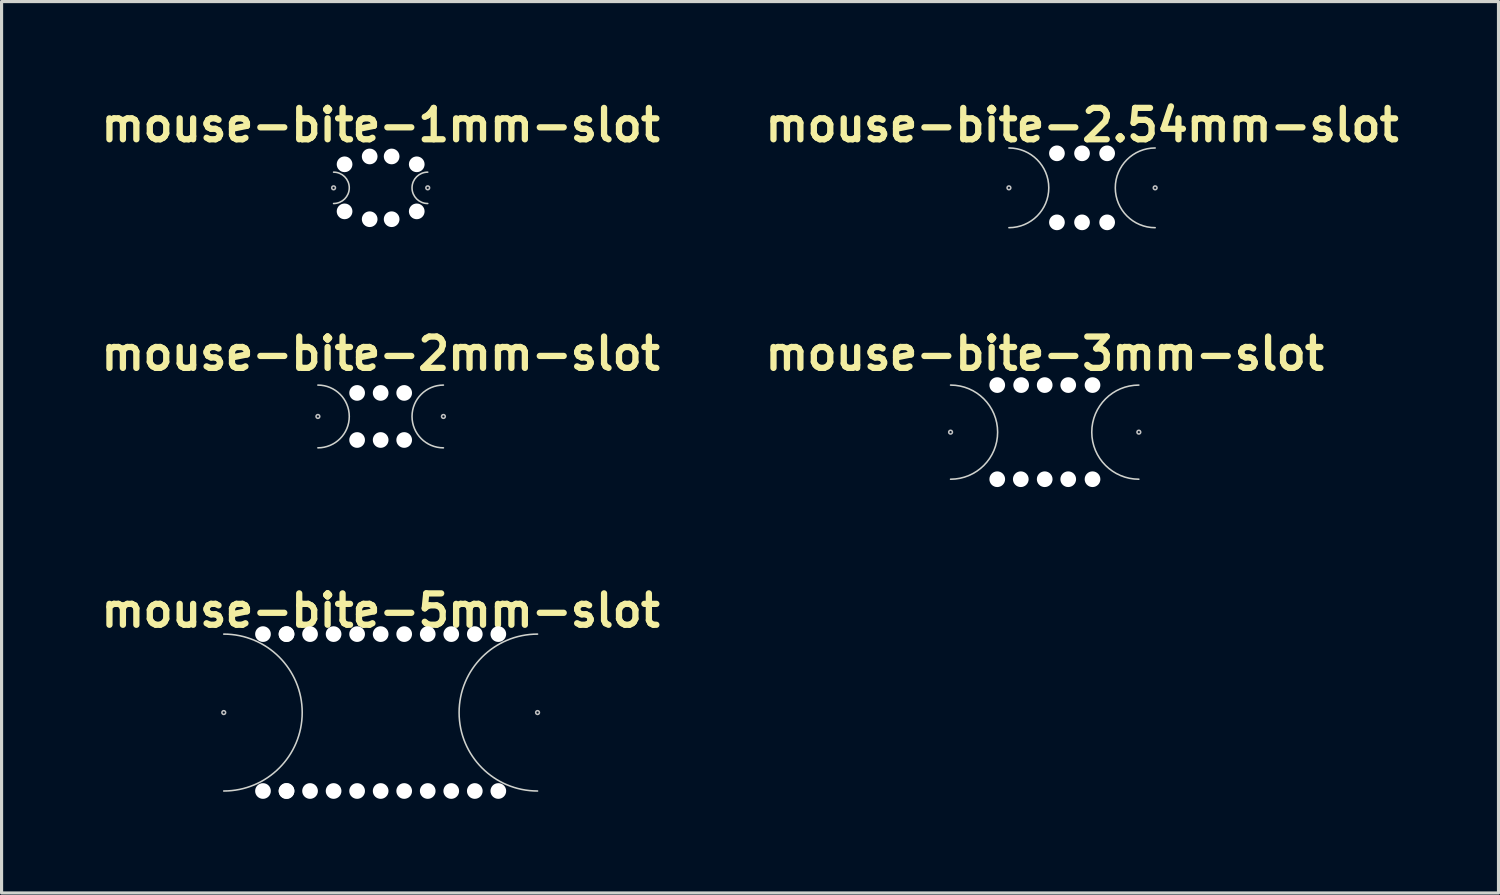
<source format=kicad_pcb>
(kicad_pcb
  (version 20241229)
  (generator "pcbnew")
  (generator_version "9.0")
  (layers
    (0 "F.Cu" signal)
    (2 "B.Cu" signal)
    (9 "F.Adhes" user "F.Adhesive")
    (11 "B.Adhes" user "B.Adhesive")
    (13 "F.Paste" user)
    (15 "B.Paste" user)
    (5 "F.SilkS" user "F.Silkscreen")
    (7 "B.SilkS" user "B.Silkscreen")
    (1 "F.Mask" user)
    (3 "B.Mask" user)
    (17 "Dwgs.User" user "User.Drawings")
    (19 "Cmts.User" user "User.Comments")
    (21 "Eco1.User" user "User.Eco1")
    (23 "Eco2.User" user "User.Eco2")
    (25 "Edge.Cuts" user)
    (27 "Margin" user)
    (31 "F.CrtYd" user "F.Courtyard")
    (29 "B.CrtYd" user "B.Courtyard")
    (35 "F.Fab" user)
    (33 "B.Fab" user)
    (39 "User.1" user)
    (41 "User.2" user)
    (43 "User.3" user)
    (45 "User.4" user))
  (footprint "mouse-bite-2mm-slot"
    (layer "F.Cu")
    (at 9.081 10.222)
    (property "Reference" "mouse-bite-2mm-slot" (at 0 -2 0) (layer "F.SilkS") (effects (font (size 1 1) (thickness 0.2))))
    (attr through_hole)
    (fp_circle (center -2 0) (end -2 -0.06) (stroke (width 0.05) (type solid)) (fill no) (layer "Dwgs.User"))
    (fp_circle (center 2 0) (end 2.06 0) (stroke (width 0.05) (type solid)) (fill no) (layer "Dwgs.User"))
    (fp_line (start -2 0) (end -2 0) (stroke (width 2) (type solid)) (layer "Eco1.User"))
    (fp_line (start 2 0) (end 2 0) (stroke (width 2) (type solid)) (layer "Eco1.User"))
    (fp_arc (start -2 -1) (mid -1 0) (end -2 1) (stroke (width 0.05) (type solid)) (layer "Edge.Cuts"))
    (fp_arc (start 2 1) (mid 1 0) (end 2 -1) (stroke (width 0.05) (type solid)) (layer "Edge.Cuts"))
    (pad "" np_thru_hole circle (at -0.75 -0.75) (size 0.5 0.5) (drill 0.5) (layers "*.Cu" "*.Mask"))
    (pad "" np_thru_hole circle (at -0.75 0.75) (size 0.5 0.5) (drill 0.5) (layers "*.Cu" "*.Mask"))
    (pad "" np_thru_hole circle (at 0 -0.75) (size 0.5 0.5) (drill 0.5) (layers "*.Cu" "*.Mask"))
    (pad "" np_thru_hole circle (at 0 0.75) (size 0.5 0.5) (drill 0.5) (layers "*.Cu" "*.Mask"))
    (pad "" np_thru_hole circle (at 0.75 -0.75) (size 0.5 0.5) (drill 0.5) (layers "*.Cu" "*.Mask"))
    (pad "" np_thru_hole circle (at 0.75 0.75) (size 0.5 0.5) (drill 0.5) (layers "*.Cu" "*.Mask")))
  (footprint "mouse-bite-1mm-slot"
    (layer "F.Cu")
    (at 9.081 2.936)
    (property "Reference" "mouse-bite-1mm-slot" (at 0 -2 0) (layer "F.SilkS") (effects (font (size 1 1) (thickness 0.2))))
    (attr through_hole)
    (fp_circle (center -1.5 0) (end -1.44 0) (stroke (width 0.05) (type solid)) (fill no) (layer "Dwgs.User"))
    (fp_circle (center 1.5 0) (end 1.56 0) (stroke (width 0.05) (type solid)) (fill no) (layer "Dwgs.User"))
    (fp_line (start -1.5 0) (end -1.5 0) (stroke (width 1) (type solid)) (layer "Eco1.User"))
    (fp_line (start 1.5 0) (end 1.5 0) (stroke (width 1) (type solid)) (layer "Eco1.User"))
    (fp_arc (start -1.5 -0.5) (mid -1 0) (end -1.5 0.5) (stroke (width 0.05) (type solid)) (layer "Edge.Cuts"))
    (fp_arc (start 1.5 0.5) (mid 1 0) (end 1.5 -0.5) (stroke (width 0.05) (type solid)) (layer "Edge.Cuts"))
    (pad "" np_thru_hole circle (at -1.15 -0.75) (size 0.5 0.5) (drill 0.5) (layers "*.Cu" "*.Mask"))
    (pad "" np_thru_hole circle (at -1.15 0.75) (size 0.5 0.5) (drill 0.5) (layers "*.Cu" "*.Mask"))
    (pad "" np_thru_hole circle (at -0.35 -1) (size 0.5 0.5) (drill 0.5) (layers "*.Cu" "*.Mask"))
    (pad "" np_thru_hole circle (at -0.35 1) (size 0.5 0.5) (drill 0.5) (layers "*.Cu" "*.Mask"))
    (pad "" np_thru_hole circle (at 0.35 -1) (size 0.5 0.5) (drill 0.5) (layers "*.Cu" "*.Mask"))
    (pad "" np_thru_hole circle (at 0.35 1) (size 0.5 0.5) (drill 0.5) (layers "*.Cu" "*.Mask"))
    (pad "" np_thru_hole circle (at 1.15 -0.75) (size 0.5 0.5) (drill 0.5) (layers "*.Cu" "*.Mask"))
    (pad "" np_thru_hole circle (at 1.15 0.75) (size 0.5 0.5) (drill 0.5) (layers "*.Cu" "*.Mask")))
  (footprint "mouse-bite-3mm-slot"
    (layer "F.Cu")
    (at 30.243 10.722)
    (property "Reference" "mouse-bite-3mm-slot" (at 0 -2.5 0) (layer "F.SilkS") (effects (font (size 1 1) (thickness 0.2))))
    (attr through_hole)
    (fp_circle (center -3 0) (end -3 -0.06) (stroke (width 0.05) (type solid)) (fill no) (layer "Dwgs.User"))
    (fp_circle (center 3 0) (end 3.06 0) (stroke (width 0.05) (type solid)) (fill no) (layer "Dwgs.User"))
    (fp_line (start -3 0) (end -3 0) (stroke (width 3) (type solid)) (layer "Eco1.User"))
    (fp_line (start 3 0) (end 3 0) (stroke (width 3) (type solid)) (layer "Eco1.User"))
    (fp_arc (start -3 -1.5) (mid -1.5 0) (end -3 1.5) (stroke (width 0.05) (type solid)) (layer "Edge.Cuts"))
    (fp_arc (start 3 1.5) (mid 1.5 0) (end 3 -1.5) (stroke (width 0.05) (type solid)) (layer "Edge.Cuts"))
    (pad "" np_thru_hole circle (at -1.512 -1.5) (size 0.5 0.5) (drill 0.5) (layers "*.Cu" "*.Mask"))
    (pad "" np_thru_hole circle (at -1.512 1.5) (size 0.5 0.5) (drill 0.5) (layers "*.Cu" "*.Mask"))
    (pad "" np_thru_hole circle (at -0.762 1.5) (size 0.5 0.5) (drill 0.5) (layers "*.Cu" "*.Mask"))
    (pad "" np_thru_hole circle (at -0.75 -1.5) (size 0.5 0.5) (drill 0.5) (layers "*.Cu" "*.Mask"))
    (pad "" np_thru_hole circle (at 0 -1.5) (size 0.5 0.5) (drill 0.5) (layers "*.Cu" "*.Mask"))
    (pad "" np_thru_hole circle (at 0 1.5) (size 0.5 0.5) (drill 0.5) (layers "*.Cu" "*.Mask"))
    (pad "" np_thru_hole circle (at 0.75 -1.5) (size 0.5 0.5) (drill 0.5) (layers "*.Cu" "*.Mask"))
    (pad "" np_thru_hole circle (at 0.75 1.5) (size 0.5 0.5) (drill 0.5) (layers "*.Cu" "*.Mask"))
    (pad "" np_thru_hole circle (at 1.524 -1.5) (size 0.5 0.5) (drill 0.5) (layers "*.Cu" "*.Mask"))
    (pad "" np_thru_hole circle (at 1.524 1.5) (size 0.5 0.5) (drill 0.5) (layers "*.Cu" "*.Mask")))
  (footprint "mouse-bite-5mm-slot"
    (layer "F.Cu")
    (at 9.081 19.658)
    (property "Reference" "mouse-bite-5mm-slot" (at 0 -3.25 0) (layer "F.SilkS") (effects (font (size 1 1) (thickness 0.2))))
    (attr through_hole)
    (fp_circle (center -5 0) (end -4.94 0) (stroke (width 0.05) (type solid)) (fill no) (layer "Dwgs.User"))
    (fp_circle (center 5 0) (end 5.06 0) (stroke (width 0.05) (type solid)) (fill no) (layer "Dwgs.User"))
    (fp_line (start -5 0) (end -5 0) (stroke (width 5) (type solid)) (layer "Eco1.User"))
    (fp_line (start 5 0) (end 5 0) (stroke (width 5) (type solid)) (layer "Eco1.User"))
    (fp_arc (start -5 -2.5) (mid -2.5 0) (end -5 2.5) (stroke (width 0.05) (type solid)) (layer "Edge.Cuts"))
    (fp_arc (start 5 2.5) (mid 2.5 0) (end 5 -2.5) (stroke (width 0.05) (type solid)) (layer "Edge.Cuts"))
    (pad "" np_thru_hole circle (at -3.75 -2.5) (size 0.5 0.5) (drill 0.5) (layers "*.Cu" "*.Mask"))
    (pad "" np_thru_hole circle (at -3.75 2.5) (size 0.5 0.5) (drill 0.5) (layers "*.Cu" "*.Mask"))
    (pad "" np_thru_hole circle (at -3 -2.5) (size 0.5 0.5) (drill 0.5) (layers "*.Cu" "*.Mask"))
    (pad "" np_thru_hole circle (at -3 -2.5) (size 0.5 0.5) (drill 0.5) (layers "*.Cu" "*.Mask"))
    (pad "" np_thru_hole circle (at -3 2.5) (size 0.5 0.5) (drill 0.5) (layers "*.Cu" "*.Mask"))
    (pad "" np_thru_hole circle (at -3 2.5) (size 0.5 0.5) (drill 0.5) (layers "*.Cu" "*.Mask"))
    (pad "" np_thru_hole circle (at -2.25 -2.5) (size 0.5 0.5) (drill 0.5) (layers "*.Cu" "*.Mask"))
    (pad "" np_thru_hole circle (at -2.25 2.5) (size 0.5 0.5) (drill 0.5) (layers "*.Cu" "*.Mask"))
    (pad "" np_thru_hole circle (at -1.5 -2.5) (size 0.5 0.5) (drill 0.5) (layers "*.Cu" "*.Mask"))
    (pad "" np_thru_hole circle (at -1.5 2.5) (size 0.5 0.5) (drill 0.5) (layers "*.Cu" "*.Mask"))
    (pad "" np_thru_hole circle (at -0.75 -2.5) (size 0.5 0.5) (drill 0.5) (layers "*.Cu" "*.Mask"))
    (pad "" np_thru_hole circle (at -0.75 2.5) (size 0.5 0.5) (drill 0.5) (layers "*.Cu" "*.Mask"))
    (pad "" np_thru_hole circle (at 0 -2.5) (size 0.5 0.5) (drill 0.5) (layers "*.Cu" "*.Mask"))
    (pad "" np_thru_hole circle (at 0 2.5) (size 0.5 0.5) (drill 0.5) (layers "*.Cu" "*.Mask"))
    (pad "" np_thru_hole circle (at 0.75 -2.5) (size 0.5 0.5) (drill 0.5) (layers "*.Cu" "*.Mask"))
    (pad "" np_thru_hole circle (at 0.75 2.5) (size 0.5 0.5) (drill 0.5) (layers "*.Cu" "*.Mask"))
    (pad "" np_thru_hole circle (at 1.5 -2.5) (size 0.5 0.5) (drill 0.5) (layers "*.Cu" "*.Mask"))
    (pad "" np_thru_hole circle (at 1.5 2.5) (size 0.5 0.5) (drill 0.5) (layers "*.Cu" "*.Mask"))
    (pad "" np_thru_hole circle (at 2.25 -2.5) (size 0.5 0.5) (drill 0.5) (layers "*.Cu" "*.Mask"))
    (pad "" np_thru_hole circle (at 2.25 2.5) (size 0.5 0.5) (drill 0.5) (layers "*.Cu" "*.Mask"))
    (pad "" np_thru_hole circle (at 3 -2.5) (size 0.5 0.5) (drill 0.5) (layers "*.Cu" "*.Mask"))
    (pad "" np_thru_hole circle (at 3 2.5) (size 0.5 0.5) (drill 0.5) (layers "*.Cu" "*.Mask"))
    (pad "" np_thru_hole circle (at 3.75 -2.5) (size 0.5 0.5) (drill 0.5) (layers "*.Cu" "*.Mask"))
    (pad "" np_thru_hole circle (at 3.75 2.5) (size 0.5 0.5) (drill 0.5) (layers "*.Cu" "*.Mask")))
  (footprint "mouse-bite-2.54mm-slot"
    (layer "F.Cu")
    (at 31.433 2.936)
    (property "Reference" "mouse-bite-2.54mm-slot" (at 0 -2 0) (layer "F.SilkS") (effects (font (size 1 1) (thickness 0.2))))
    (attr through_hole)
    (fp_circle (center -2.33 0) (end -2.27 0) (stroke (width 0.05) (type solid)) (fill no) (layer "Dwgs.User"))
    (fp_circle (center 2.33 0) (end 2.33 -0.06) (stroke (width 0.05) (type solid)) (fill no) (layer "Dwgs.User"))
    (fp_line (start -2.33 0) (end -2.33 0) (stroke (width 2.54) (type solid)) (layer "Eco1.User"))
    (fp_line (start 2.33 0) (end 2.33 0) (stroke (width 2.54) (type solid)) (layer "Eco1.User"))
    (fp_arc (start -2.33 -1.27) (mid -1.06 0) (end -2.33 1.27) (stroke (width 0.05) (type solid)) (layer "Edge.Cuts"))
    (fp_arc (start 2.33 1.27) (mid 1.06 0) (end 2.33 -1.27) (stroke (width 0.05) (type solid)) (layer "Edge.Cuts"))
    (pad "" np_thru_hole circle (at -0.8 -1.1) (size 0.5 0.5) (drill 0.5) (layers "*.Cu" "*.Mask"))
    (pad "" np_thru_hole circle (at -0.8 1.1) (size 0.5 0.5) (drill 0.5) (layers "*.Cu" "*.Mask"))
    (pad "" np_thru_hole circle (at 0 -1.1) (size 0.5 0.5) (drill 0.5) (layers "*.Cu" "*.Mask"))
    (pad "" np_thru_hole circle (at 0 1.1) (size 0.5 0.5) (drill 0.5) (layers "*.Cu" "*.Mask"))
    (pad "" np_thru_hole circle (at 0.8 -1.1) (size 0.5 0.5) (drill 0.5) (layers "*.Cu" "*.Mask"))
    (pad "" np_thru_hole circle (at 0.8 1.1) (size 0.5 0.5) (drill 0.5) (layers "*.Cu" "*.Mask")))
  (gr_rect
    (start -3 -3)
    (end 44.705 25.408)
    (stroke (width 0.1) (type default))
    (fill no)
    (layer "Edge.Cuts")))
</source>
